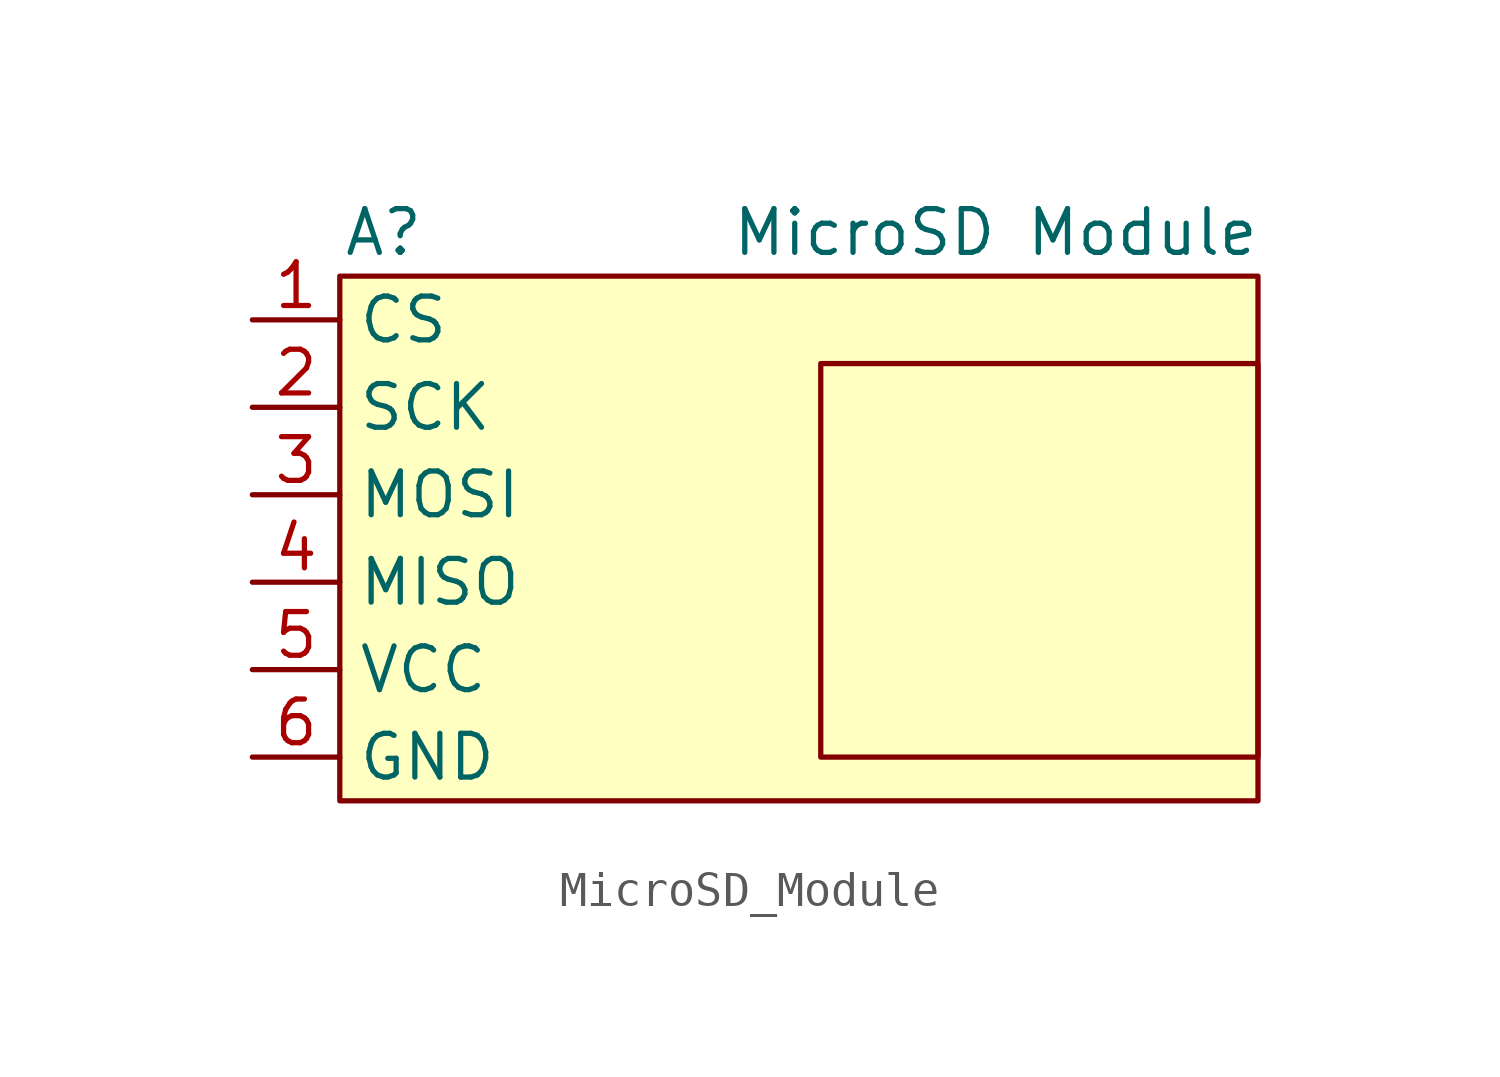
<source format=kicad_sym>
(kicad_symbol_lib
  (version 20220914)
  (generator kicad_symbol_editor)
  (symbol "MicroSD_Module"
    (property "Reference" "A"
      (at 3.81 2.54 0)
      (effects (font (size 1.27 1.27))))
    (property "Value" "MicroSD Module"
      (at 21.59 2.54 0)
      (effects (font (size 1.27 1.27))))
    (symbol "MicroSD_Module_0_0"
      (pin bidirectional line (at 0 0 0) (length 2.54) (name "CS" (effects (font (size 1.27 1.27)))) (number "1" (effects (font (size 1.27 1.27)))))
      (pin bidirectional line (at 0 -2.54 0) (length 2.54) (name "SCK" (effects (font (size 1.27 1.27)))) (number "2" (effects (font (size 1.27 1.27)))))
      (pin bidirectional line (at 0 -5.08 0) (length 2.54) (name "MOSI" (effects (font (size 1.27 1.27)))) (number "3" (effects (font (size 1.27 1.27)))))
      (pin bidirectional line (at 0 -7.62 0) (length 2.54) (name "MISO" (effects (font (size 1.27 1.27)))) (number "4" (effects (font (size 1.27 1.27)))))
      (pin power_in line (at 0 -10.16 0) (length 2.54) (name "VCC" (effects (font (size 1.27 1.27)))) (number "5" (effects (font (size 1.27 1.27)))))
      (pin power_in line (at 0 -12.7 0) (length 2.54) (name "GND" (effects (font (size 1.27 1.27)))) (number "6" (effects (font (size 1.27 1.27))))))
    (symbol "MicroSD_Module_0_1"
      (rectangle (start 16.51 -1.27) (end 29.21 -12.7) (stroke (width 0) (type default)) (fill (type none))))
    (symbol "MicroSD_Module_1_1"
      (rectangle (start 2.54 1.27) (end 29.21 -13.97) (stroke (width 0) (type default)) (fill (type background))))))
</source>
